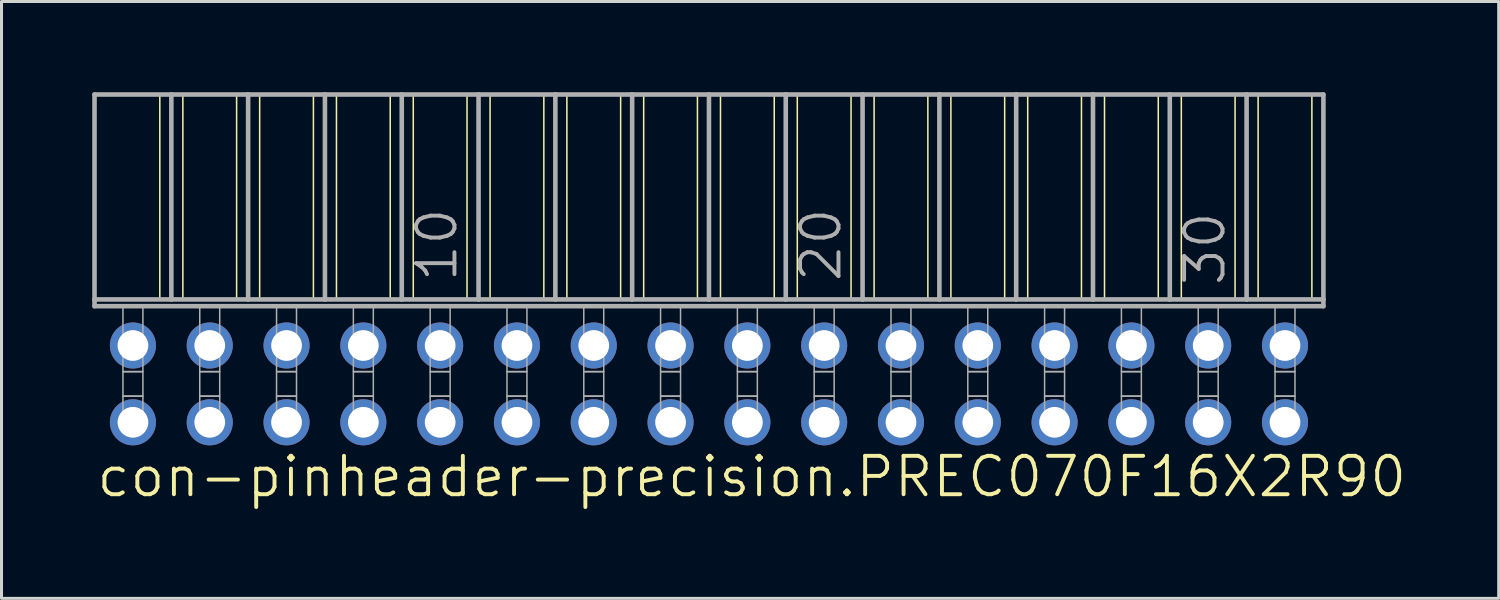
<source format=kicad_pcb>
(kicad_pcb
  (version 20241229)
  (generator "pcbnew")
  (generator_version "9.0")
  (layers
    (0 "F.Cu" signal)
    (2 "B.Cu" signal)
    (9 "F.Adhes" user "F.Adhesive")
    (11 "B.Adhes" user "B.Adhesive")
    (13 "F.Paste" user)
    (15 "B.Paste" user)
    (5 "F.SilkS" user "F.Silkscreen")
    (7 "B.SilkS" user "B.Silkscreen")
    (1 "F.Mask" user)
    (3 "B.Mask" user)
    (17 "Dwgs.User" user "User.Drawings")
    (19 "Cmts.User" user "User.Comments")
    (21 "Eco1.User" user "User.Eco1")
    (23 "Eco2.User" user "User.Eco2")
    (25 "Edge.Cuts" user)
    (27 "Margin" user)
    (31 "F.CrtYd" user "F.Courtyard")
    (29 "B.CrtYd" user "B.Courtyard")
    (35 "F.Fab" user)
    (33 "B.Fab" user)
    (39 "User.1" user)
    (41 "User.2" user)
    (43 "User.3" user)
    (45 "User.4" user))
  (footprint "con-pinheader-precision.PREC070F16X2R90"
    (layer "F.Cu")
    (at 20.396 9.646)
    (property "Reference" "con-pinheader-precision.PREC070F16X2R90" (at -20.32 3.81 0) (layer "F.SilkS") (effects (font (size 1.27 1.27) (thickness 0.13)) (justify left bottom)))
    (attr through_hole)
    (fp_line (start -18.161 -9.57) (end -18.161 -2.794) (stroke (width 0.051) (type default)) (layer "F.SilkS"))
    (fp_line (start -17.399 -9.57) (end -17.399 -2.794) (stroke (width 0.051) (type default)) (layer "F.SilkS"))
    (fp_line (start -15.621 -9.57) (end -15.621 -2.794) (stroke (width 0.051) (type default)) (layer "F.SilkS"))
    (fp_line (start -14.859 -9.57) (end -14.859 -2.794) (stroke (width 0.051) (type default)) (layer "F.SilkS"))
    (fp_line (start -13.081 -9.57) (end -13.081 -2.794) (stroke (width 0.051) (type default)) (layer "F.SilkS"))
    (fp_line (start -12.319 -9.57) (end -12.319 -2.794) (stroke (width 0.051) (type default)) (layer "F.SilkS"))
    (fp_line (start -10.541 -9.57) (end -10.541 -2.794) (stroke (width 0.051) (type default)) (layer "F.SilkS"))
    (fp_line (start -9.779 -9.57) (end -9.779 -2.794) (stroke (width 0.051) (type default)) (layer "F.SilkS"))
    (fp_line (start -8.001 -9.57) (end -8.001 -2.794) (stroke (width 0.051) (type default)) (layer "F.SilkS"))
    (fp_line (start -7.239 -9.57) (end -7.239 -2.794) (stroke (width 0.051) (type default)) (layer "F.SilkS"))
    (fp_line (start -5.461 -9.57) (end -5.461 -2.794) (stroke (width 0.051) (type default)) (layer "F.SilkS"))
    (fp_line (start -4.699 -9.57) (end -4.699 -2.794) (stroke (width 0.051) (type default)) (layer "F.SilkS"))
    (fp_line (start -2.921 -9.57) (end -2.921 -2.794) (stroke (width 0.051) (type default)) (layer "F.SilkS"))
    (fp_line (start -2.159 -9.57) (end -2.159 -2.794) (stroke (width 0.051) (type default)) (layer "F.SilkS"))
    (fp_line (start -0.381 -9.57) (end -0.381 -2.794) (stroke (width 0.051) (type default)) (layer "F.SilkS"))
    (fp_line (start 0.381 -9.57) (end 0.381 -2.794) (stroke (width 0.051) (type default)) (layer "F.SilkS"))
    (fp_line (start 2.159 -9.57) (end 2.159 -2.794) (stroke (width 0.051) (type default)) (layer "F.SilkS"))
    (fp_line (start 2.921 -9.57) (end 2.921 -2.794) (stroke (width 0.051) (type default)) (layer "F.SilkS"))
    (fp_line (start 4.699 -9.57) (end 4.699 -2.794) (stroke (width 0.051) (type default)) (layer "F.SilkS"))
    (fp_line (start 5.461 -9.57) (end 5.461 -2.794) (stroke (width 0.051) (type default)) (layer "F.SilkS"))
    (fp_line (start 7.239 -9.57) (end 7.239 -2.794) (stroke (width 0.051) (type default)) (layer "F.SilkS"))
    (fp_line (start 8.001 -9.57) (end 8.001 -2.794) (stroke (width 0.051) (type default)) (layer "F.SilkS"))
    (fp_line (start 9.779 -9.57) (end 9.779 -2.794) (stroke (width 0.051) (type default)) (layer "F.SilkS"))
    (fp_line (start 10.541 -9.57) (end 10.541 -2.794) (stroke (width 0.051) (type default)) (layer "F.SilkS"))
    (fp_line (start 12.319 -9.57) (end 12.319 -2.794) (stroke (width 0.051) (type default)) (layer "F.SilkS"))
    (fp_line (start 13.081 -9.57) (end 13.081 -2.794) (stroke (width 0.051) (type default)) (layer "F.SilkS"))
    (fp_line (start 14.859 -9.57) (end 14.859 -2.794) (stroke (width 0.051) (type default)) (layer "F.SilkS"))
    (fp_line (start 15.621 -9.57) (end 15.621 -2.794) (stroke (width 0.051) (type default)) (layer "F.SilkS"))
    (fp_line (start 17.399 -9.57) (end 17.399 -2.794) (stroke (width 0.051) (type default)) (layer "F.SilkS"))
    (fp_line (start 18.161 -9.57) (end 18.161 -2.794) (stroke (width 0.051) (type default)) (layer "F.SilkS"))
    (fp_line (start 19.939 -9.57) (end 19.939 -2.794) (stroke (width 0.051) (type default)) (layer "F.SilkS"))
    (fp_line (start -20.32 -9.57) (end -17.78 -9.57) (stroke (width 0.152) (type default)) (layer "F.Fab"))
    (fp_line (start -20.32 -2.794) (end -20.32 -9.57) (stroke (width 0.152) (type default)) (layer "F.Fab"))
    (fp_line (start -20.32 -2.57) (end -20.32 -2.794) (stroke (width 0.152) (type default)) (layer "F.Fab"))
    (fp_line (start -20.32 -2.57) (end 20.32 -2.57) (stroke (width 0.152) (type default)) (layer "F.Fab"))
    (fp_line (start -17.78 -9.57) (end -15.24 -9.57) (stroke (width 0.152) (type default)) (layer "F.Fab"))
    (fp_line (start -17.78 -2.794) (end -20.32 -2.794) (stroke (width 0.152) (type default)) (layer "F.Fab"))
    (fp_line (start -17.78 -2.794) (end -17.78 -9.57) (stroke (width 0.152) (type default)) (layer "F.Fab"))
    (fp_line (start -17.78 -2.794) (end -15.24 -2.794) (stroke (width 0.152) (type default)) (layer "F.Fab"))
    (fp_line (start -15.24 -9.57) (end -12.7 -9.57) (stroke (width 0.152) (type default)) (layer "F.Fab"))
    (fp_line (start -15.24 -2.794) (end -15.24 -9.57) (stroke (width 0.152) (type default)) (layer "F.Fab"))
    (fp_line (start -12.7 -9.57) (end -10.16 -9.57) (stroke (width 0.152) (type default)) (layer "F.Fab"))
    (fp_line (start -12.7 -2.794) (end -15.24 -2.794) (stroke (width 0.152) (type default)) (layer "F.Fab"))
    (fp_line (start -12.7 -2.794) (end -12.7 -9.57) (stroke (width 0.152) (type default)) (layer "F.Fab"))
    (fp_line (start -10.16 -9.57) (end -7.62 -9.57) (stroke (width 0.152) (type default)) (layer "F.Fab"))
    (fp_line (start -10.16 -2.794) (end -12.7 -2.794) (stroke (width 0.152) (type default)) (layer "F.Fab"))
    (fp_line (start -10.16 -2.794) (end -10.16 -9.57) (stroke (width 0.152) (type default)) (layer "F.Fab"))
    (fp_line (start -7.62 -9.57) (end -5.08 -9.57) (stroke (width 0.152) (type default)) (layer "F.Fab"))
    (fp_line (start -7.62 -2.794) (end -10.16 -2.794) (stroke (width 0.152) (type default)) (layer "F.Fab"))
    (fp_line (start -7.62 -2.794) (end -7.62 -9.57) (stroke (width 0.152) (type default)) (layer "F.Fab"))
    (fp_line (start -5.08 -9.57) (end -2.54 -9.57) (stroke (width 0.152) (type default)) (layer "F.Fab"))
    (fp_line (start -5.08 -2.794) (end -7.62 -2.794) (stroke (width 0.152) (type default)) (layer "F.Fab"))
    (fp_line (start -5.08 -2.794) (end -5.08 -9.57) (stroke (width 0.152) (type default)) (layer "F.Fab"))
    (fp_line (start -5.08 -2.794) (end -2.54 -2.794) (stroke (width 0.152) (type default)) (layer "F.Fab"))
    (fp_line (start -2.54 -9.57) (end 0 -9.57) (stroke (width 0.152) (type default)) (layer "F.Fab"))
    (fp_line (start -2.54 -2.794) (end -2.54 -9.57) (stroke (width 0.152) (type default)) (layer "F.Fab"))
    (fp_line (start 0 -9.57) (end 2.54 -9.57) (stroke (width 0.152) (type default)) (layer "F.Fab"))
    (fp_line (start 0 -2.794) (end -2.54 -2.794) (stroke (width 0.152) (type default)) (layer "F.Fab"))
    (fp_line (start 0 -2.794) (end 0 -9.57) (stroke (width 0.152) (type default)) (layer "F.Fab"))
    (fp_line (start 2.54 -9.57) (end 5.08 -9.57) (stroke (width 0.152) (type default)) (layer "F.Fab"))
    (fp_line (start 2.54 -2.794) (end 0 -2.794) (stroke (width 0.152) (type default)) (layer "F.Fab"))
    (fp_line (start 2.54 -2.794) (end 2.54 -9.57) (stroke (width 0.152) (type default)) (layer "F.Fab"))
    (fp_line (start 5.08 -9.57) (end 7.62 -9.57) (stroke (width 0.152) (type default)) (layer "F.Fab"))
    (fp_line (start 5.08 -2.794) (end 2.54 -2.794) (stroke (width 0.152) (type default)) (layer "F.Fab"))
    (fp_line (start 5.08 -2.794) (end 5.08 -9.57) (stroke (width 0.152) (type default)) (layer "F.Fab"))
    (fp_line (start 7.62 -9.57) (end 10.16 -9.57) (stroke (width 0.152) (type default)) (layer "F.Fab"))
    (fp_line (start 7.62 -2.794) (end 5.08 -2.794) (stroke (width 0.152) (type default)) (layer "F.Fab"))
    (fp_line (start 7.62 -2.794) (end 7.62 -9.57) (stroke (width 0.152) (type default)) (layer "F.Fab"))
    (fp_line (start 7.62 -2.794) (end 10.16 -2.794) (stroke (width 0.152) (type default)) (layer "F.Fab"))
    (fp_line (start 10.16 -9.57) (end 12.7 -9.57) (stroke (width 0.152) (type default)) (layer "F.Fab"))
    (fp_line (start 10.16 -2.794) (end 10.16 -9.57) (stroke (width 0.152) (type default)) (layer "F.Fab"))
    (fp_line (start 12.7 -9.57) (end 15.24 -9.57) (stroke (width 0.152) (type default)) (layer "F.Fab"))
    (fp_line (start 12.7 -2.794) (end 10.16 -2.794) (stroke (width 0.152) (type default)) (layer "F.Fab"))
    (fp_line (start 12.7 -2.794) (end 12.7 -9.57) (stroke (width 0.152) (type default)) (layer "F.Fab"))
    (fp_line (start 15.24 -9.57) (end 17.78 -9.57) (stroke (width 0.152) (type default)) (layer "F.Fab"))
    (fp_line (start 15.24 -2.794) (end 12.7 -2.794) (stroke (width 0.152) (type default)) (layer "F.Fab"))
    (fp_line (start 15.24 -2.794) (end 15.24 -9.57) (stroke (width 0.152) (type default)) (layer "F.Fab"))
    (fp_line (start 17.78 -9.57) (end 20.32 -9.57) (stroke (width 0.152) (type default)) (layer "F.Fab"))
    (fp_line (start 17.78 -2.794) (end 15.24 -2.794) (stroke (width 0.152) (type default)) (layer "F.Fab"))
    (fp_line (start 17.78 -2.794) (end 17.78 -9.57) (stroke (width 0.152) (type default)) (layer "F.Fab"))
    (fp_line (start 20.32 -2.794) (end 17.78 -2.794) (stroke (width 0.152) (type default)) (layer "F.Fab"))
    (fp_line (start 20.32 -2.794) (end 20.32 -9.57) (stroke (width 0.152) (type default)) (layer "F.Fab"))
    (fp_line (start 20.32 -2.57) (end 20.32 -2.794) (stroke (width 0.152) (type default)) (layer "F.Fab"))
    (fp_rect (start -19.38 -0.406) (end -18.72 -2.57) (stroke (width 0.05) (type default)) (fill no) (layer "F.Fab"))
    (fp_rect (start -19.38 0.406) (end -18.72 -0.406) (stroke (width 0.05) (type default)) (fill no) (layer "F.Fab"))
    (fp_rect (start -19.38 1.575) (end -18.72 0.406) (stroke (width 0.05) (type default)) (fill no) (layer "F.Fab"))
    (fp_rect (start -16.84 -0.406) (end -16.18 -2.57) (stroke (width 0.05) (type default)) (fill no) (layer "F.Fab"))
    (fp_rect (start -16.84 0.406) (end -16.18 -0.406) (stroke (width 0.05) (type default)) (fill no) (layer "F.Fab"))
    (fp_rect (start -16.84 1.575) (end -16.18 0.406) (stroke (width 0.05) (type default)) (fill no) (layer "F.Fab"))
    (fp_rect (start -14.3 -0.406) (end -13.64 -2.57) (stroke (width 0.05) (type default)) (fill no) (layer "F.Fab"))
    (fp_rect (start -14.3 0.406) (end -13.64 -0.406) (stroke (width 0.05) (type default)) (fill no) (layer "F.Fab"))
    (fp_rect (start -14.3 1.575) (end -13.64 0.406) (stroke (width 0.05) (type default)) (fill no) (layer "F.Fab"))
    (fp_rect (start -11.76 -0.406) (end -11.1 -2.57) (stroke (width 0.05) (type default)) (fill no) (layer "F.Fab"))
    (fp_rect (start -11.76 0.406) (end -11.1 -0.406) (stroke (width 0.05) (type default)) (fill no) (layer "F.Fab"))
    (fp_rect (start -11.76 1.575) (end -11.1 0.406) (stroke (width 0.05) (type default)) (fill no) (layer "F.Fab"))
    (fp_rect (start -9.22 -0.406) (end -8.56 -2.57) (stroke (width 0.05) (type default)) (fill no) (layer "F.Fab"))
    (fp_rect (start -9.22 0.406) (end -8.56 -0.406) (stroke (width 0.05) (type default)) (fill no) (layer "F.Fab"))
    (fp_rect (start -9.22 1.575) (end -8.56 0.406) (stroke (width 0.05) (type default)) (fill no) (layer "F.Fab"))
    (fp_rect (start -6.68 -0.406) (end -6.02 -2.57) (stroke (width 0.05) (type default)) (fill no) (layer "F.Fab"))
    (fp_rect (start -6.68 0.406) (end -6.02 -0.406) (stroke (width 0.05) (type default)) (fill no) (layer "F.Fab"))
    (fp_rect (start -6.68 1.575) (end -6.02 0.406) (stroke (width 0.05) (type default)) (fill no) (layer "F.Fab"))
    (fp_rect (start -4.14 -0.406) (end -3.48 -2.57) (stroke (width 0.05) (type default)) (fill no) (layer "F.Fab"))
    (fp_rect (start -4.14 0.406) (end -3.48 -0.406) (stroke (width 0.05) (type default)) (fill no) (layer "F.Fab"))
    (fp_rect (start -4.14 1.575) (end -3.48 0.406) (stroke (width 0.05) (type default)) (fill no) (layer "F.Fab"))
    (fp_rect (start -1.6 -0.406) (end -0.94 -2.57) (stroke (width 0.05) (type default)) (fill no) (layer "F.Fab"))
    (fp_rect (start -1.6 0.406) (end -0.94 -0.406) (stroke (width 0.05) (type default)) (fill no) (layer "F.Fab"))
    (fp_rect (start -1.6 1.575) (end -0.94 0.406) (stroke (width 0.05) (type default)) (fill no) (layer "F.Fab"))
    (fp_rect (start 0.94 -0.406) (end 1.6 -2.57) (stroke (width 0.05) (type default)) (fill no) (layer "F.Fab"))
    (fp_rect (start 0.94 0.406) (end 1.6 -0.406) (stroke (width 0.05) (type default)) (fill no) (layer "F.Fab"))
    (fp_rect (start 0.94 1.575) (end 1.6 0.406) (stroke (width 0.05) (type default)) (fill no) (layer "F.Fab"))
    (fp_rect (start 3.48 -0.406) (end 4.14 -2.57) (stroke (width 0.05) (type default)) (fill no) (layer "F.Fab"))
    (fp_rect (start 3.48 0.406) (end 4.14 -0.406) (stroke (width 0.05) (type default)) (fill no) (layer "F.Fab"))
    (fp_rect (start 3.48 1.575) (end 4.14 0.406) (stroke (width 0.05) (type default)) (fill no) (layer "F.Fab"))
    (fp_rect (start 6.02 -0.406) (end 6.68 -2.57) (stroke (width 0.05) (type default)) (fill no) (layer "F.Fab"))
    (fp_rect (start 6.02 0.406) (end 6.68 -0.406) (stroke (width 0.05) (type default)) (fill no) (layer "F.Fab"))
    (fp_rect (start 6.02 1.575) (end 6.68 0.406) (stroke (width 0.05) (type default)) (fill no) (layer "F.Fab"))
    (fp_rect (start 8.56 -0.406) (end 9.22 -2.57) (stroke (width 0.05) (type default)) (fill no) (layer "F.Fab"))
    (fp_rect (start 8.56 0.406) (end 9.22 -0.406) (stroke (width 0.05) (type default)) (fill no) (layer "F.Fab"))
    (fp_rect (start 8.56 1.575) (end 9.22 0.406) (stroke (width 0.05) (type default)) (fill no) (layer "F.Fab"))
    (fp_rect (start 11.1 -0.406) (end 11.76 -2.57) (stroke (width 0.05) (type default)) (fill no) (layer "F.Fab"))
    (fp_rect (start 11.1 0.406) (end 11.76 -0.406) (stroke (width 0.05) (type default)) (fill no) (layer "F.Fab"))
    (fp_rect (start 11.1 1.575) (end 11.76 0.406) (stroke (width 0.05) (type default)) (fill no) (layer "F.Fab"))
    (fp_rect (start 13.64 -0.406) (end 14.3 -2.57) (stroke (width 0.05) (type default)) (fill no) (layer "F.Fab"))
    (fp_rect (start 13.64 0.406) (end 14.3 -0.406) (stroke (width 0.05) (type default)) (fill no) (layer "F.Fab"))
    (fp_rect (start 13.64 1.575) (end 14.3 0.406) (stroke (width 0.05) (type default)) (fill no) (layer "F.Fab"))
    (fp_rect (start 16.18 -0.406) (end 16.84 -2.57) (stroke (width 0.05) (type default)) (fill no) (layer "F.Fab"))
    (fp_rect (start 16.18 0.406) (end 16.84 -0.406) (stroke (width 0.05) (type default)) (fill no) (layer "F.Fab"))
    (fp_rect (start 16.18 1.575) (end 16.84 0.406) (stroke (width 0.05) (type default)) (fill no) (layer "F.Fab"))
    (fp_rect (start 18.72 -0.406) (end 19.38 -2.57) (stroke (width 0.05) (type default)) (fill no) (layer "F.Fab"))
    (fp_rect (start 18.72 0.406) (end 19.38 -0.406) (stroke (width 0.05) (type default)) (fill no) (layer "F.Fab"))
    (fp_rect (start 18.72 1.575) (end 19.38 0.406) (stroke (width 0.05) (type default)) (fill no) (layer "F.Fab"))
    (fp_text user "20" (at 4.445 -3.302 90) (layer "F.Fab") (effects (font (size 1.27 1.27) (thickness 0.13)) (justify left bottom)))
    (fp_text user "30" (at 17.145 -3.175 90) (layer "F.Fab") (effects (font (size 1.27 1.27) (thickness 0.13)) (justify left bottom)))
    (fp_text user "10" (at -8.255 -3.302 90) (layer "F.Fab") (effects (font (size 1.27 1.27) (thickness 0.13)) (justify left bottom)))
    (pad "1" thru_hole circle (at -19.05 -1.27 180) (size 1.524 1.524) (drill 1.016) (layers "*.Cu" "*.Mask"))
    (pad "2" thru_hole circle (at -19.05 1.27 180) (size 1.524 1.524) (drill 1.016) (layers "*.Cu" "*.Mask"))
    (pad "3" thru_hole circle (at -16.51 -1.27 180) (size 1.524 1.524) (drill 1.016) (layers "*.Cu" "*.Mask"))
    (pad "4" thru_hole circle (at -16.51 1.27 180) (size 1.524 1.524) (drill 1.016) (layers "*.Cu" "*.Mask"))
    (pad "5" thru_hole circle (at -13.97 -1.27 180) (size 1.524 1.524) (drill 1.016) (layers "*.Cu" "*.Mask"))
    (pad "6" thru_hole circle (at -13.97 1.27 180) (size 1.524 1.524) (drill 1.016) (layers "*.Cu" "*.Mask"))
    (pad "7" thru_hole circle (at -11.43 -1.27 180) (size 1.524 1.524) (drill 1.016) (layers "*.Cu" "*.Mask"))
    (pad "8" thru_hole circle (at -11.43 1.27 180) (size 1.524 1.524) (drill 1.016) (layers "*.Cu" "*.Mask"))
    (pad "9" thru_hole circle (at -8.89 -1.27 180) (size 1.524 1.524) (drill 1.016) (layers "*.Cu" "*.Mask"))
    (pad "10" thru_hole circle (at -8.89 1.27 180) (size 1.524 1.524) (drill 1.016) (layers "*.Cu" "*.Mask"))
    (pad "11" thru_hole circle (at -6.35 -1.27 180) (size 1.524 1.524) (drill 1.016) (layers "*.Cu" "*.Mask"))
    (pad "12" thru_hole circle (at -6.35 1.27 180) (size 1.524 1.524) (drill 1.016) (layers "*.Cu" "*.Mask"))
    (pad "13" thru_hole circle (at -3.81 -1.27 180) (size 1.524 1.524) (drill 1.016) (layers "*.Cu" "*.Mask"))
    (pad "14" thru_hole circle (at -3.81 1.27 180) (size 1.524 1.524) (drill 1.016) (layers "*.Cu" "*.Mask"))
    (pad "15" thru_hole circle (at -1.27 -1.27 180) (size 1.524 1.524) (drill 1.016) (layers "*.Cu" "*.Mask"))
    (pad "16" thru_hole circle (at -1.27 1.27 180) (size 1.524 1.524) (drill 1.016) (layers "*.Cu" "*.Mask"))
    (pad "17" thru_hole circle (at 1.27 -1.27 180) (size 1.524 1.524) (drill 1.016) (layers "*.Cu" "*.Mask"))
    (pad "18" thru_hole circle (at 1.27 1.27 180) (size 1.524 1.524) (drill 1.016) (layers "*.Cu" "*.Mask"))
    (pad "19" thru_hole circle (at 3.81 -1.27 180) (size 1.524 1.524) (drill 1.016) (layers "*.Cu" "*.Mask"))
    (pad "20" thru_hole circle (at 3.81 1.27 180) (size 1.524 1.524) (drill 1.016) (layers "*.Cu" "*.Mask"))
    (pad "21" thru_hole circle (at 6.35 -1.27 180) (size 1.524 1.524) (drill 1.016) (layers "*.Cu" "*.Mask"))
    (pad "22" thru_hole circle (at 6.35 1.27 180) (size 1.524 1.524) (drill 1.016) (layers "*.Cu" "*.Mask"))
    (pad "23" thru_hole circle (at 8.89 -1.27 180) (size 1.524 1.524) (drill 1.016) (layers "*.Cu" "*.Mask"))
    (pad "24" thru_hole circle (at 8.89 1.27 180) (size 1.524 1.524) (drill 1.016) (layers "*.Cu" "*.Mask"))
    (pad "25" thru_hole circle (at 11.43 -1.27 180) (size 1.524 1.524) (drill 1.016) (layers "*.Cu" "*.Mask"))
    (pad "26" thru_hole circle (at 11.43 1.27 180) (size 1.524 1.524) (drill 1.016) (layers "*.Cu" "*.Mask"))
    (pad "27" thru_hole circle (at 13.97 -1.27 180) (size 1.524 1.524) (drill 1.016) (layers "*.Cu" "*.Mask"))
    (pad "28" thru_hole circle (at 13.97 1.27 180) (size 1.524 1.524) (drill 1.016) (layers "*.Cu" "*.Mask"))
    (pad "29" thru_hole circle (at 16.51 -1.27 180) (size 1.524 1.524) (drill 1.016) (layers "*.Cu" "*.Mask"))
    (pad "30" thru_hole circle (at 16.51 1.27 180) (size 1.524 1.524) (drill 1.016) (layers "*.Cu" "*.Mask"))
    (pad "31" thru_hole circle (at 19.05 -1.27 180) (size 1.524 1.524) (drill 1.016) (layers "*.Cu" "*.Mask"))
    (pad "32" thru_hole circle (at 19.05 1.27 180) (size 1.524 1.524) (drill 1.016) (layers "*.Cu" "*.Mask")))
  (gr_rect
    (start -3 -3)
    (end 46.513 16.738)
    (stroke (width 0.1) (type default))
    (fill no)
    (layer "Edge.Cuts")))
</source>
